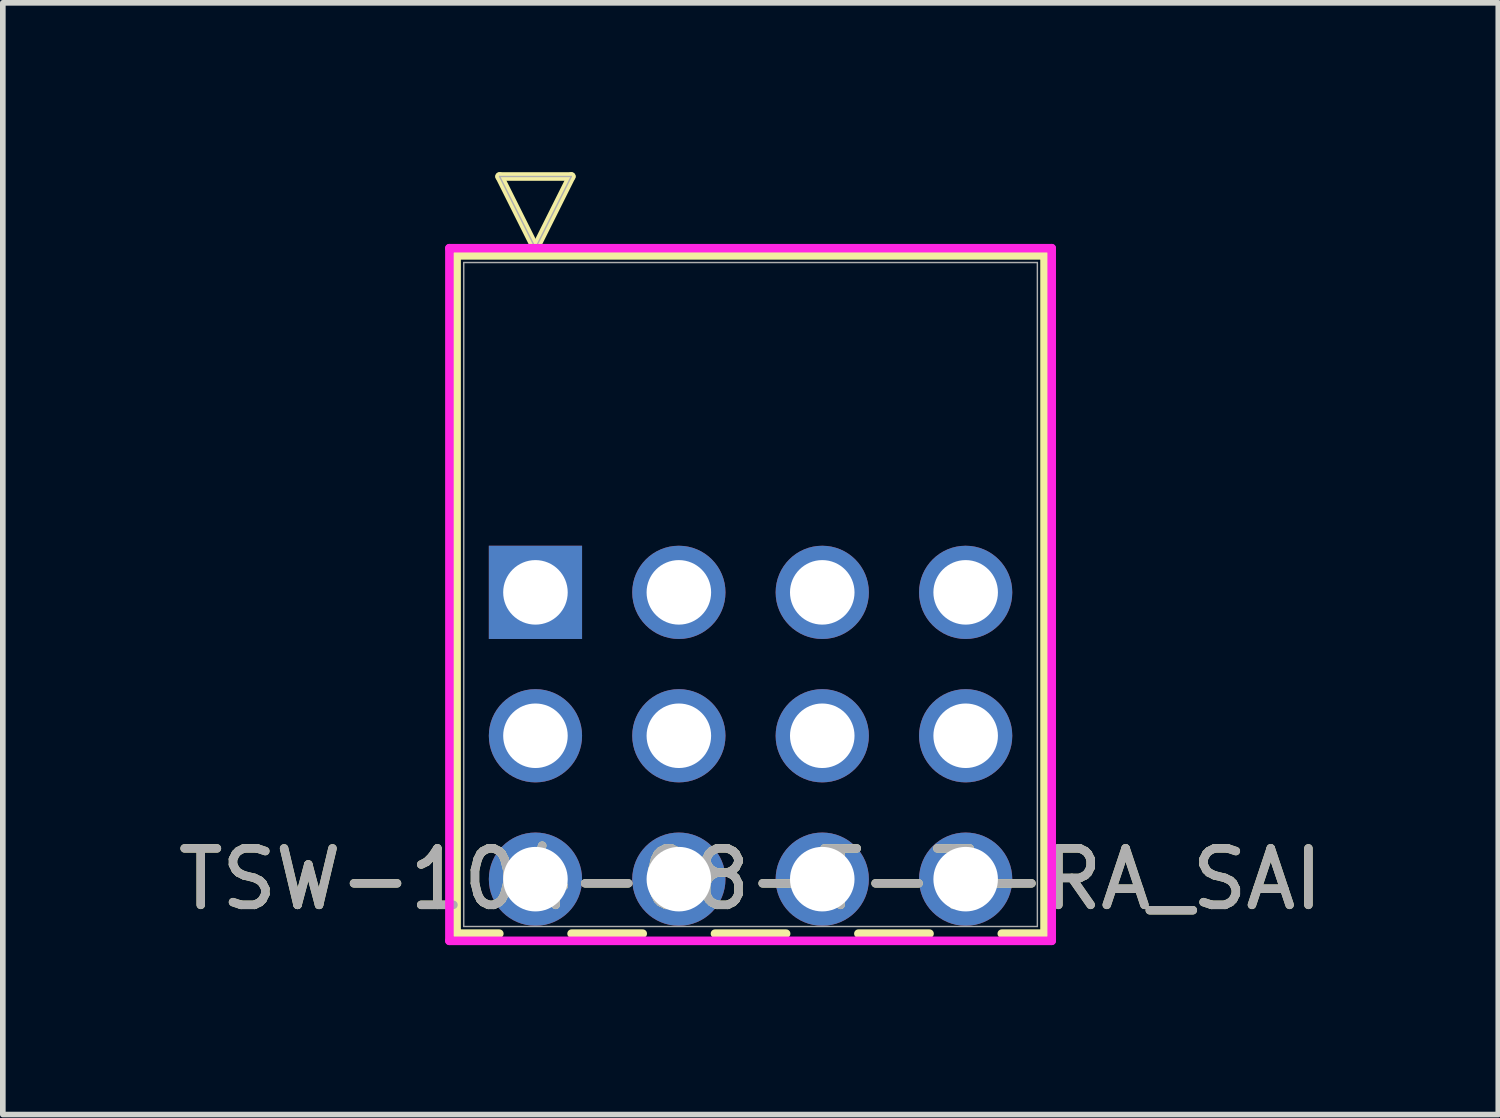
<source format=kicad_pcb>
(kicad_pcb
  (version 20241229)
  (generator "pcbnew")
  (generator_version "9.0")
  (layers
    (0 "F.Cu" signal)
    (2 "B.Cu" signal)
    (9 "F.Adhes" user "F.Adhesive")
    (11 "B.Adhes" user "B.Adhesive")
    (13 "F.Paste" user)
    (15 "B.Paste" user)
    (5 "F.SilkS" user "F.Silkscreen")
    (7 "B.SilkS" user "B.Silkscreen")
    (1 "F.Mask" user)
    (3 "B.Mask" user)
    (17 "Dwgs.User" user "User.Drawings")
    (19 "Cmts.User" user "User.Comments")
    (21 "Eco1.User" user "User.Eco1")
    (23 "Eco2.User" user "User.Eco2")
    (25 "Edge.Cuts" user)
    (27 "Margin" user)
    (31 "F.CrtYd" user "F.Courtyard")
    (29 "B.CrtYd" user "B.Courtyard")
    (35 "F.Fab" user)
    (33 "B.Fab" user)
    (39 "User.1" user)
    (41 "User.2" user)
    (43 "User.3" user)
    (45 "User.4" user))
  (footprint "TSW-104-08-T-T-RA_SAI"
    (layer "F.Cu")
    (at 6.434 7.442)
    (property "Reference" "TSW-104-08-T-T-RA_SAI" (at 3.81 5.08 0) (unlocked yes) (layer "F.SilkS") (effects (font (size 1 1) (thickness 0.15))))
    (attr through_hole)
    (fp_line (start -1.397 -5.969) (end -1.397 6.045) (stroke (width 0.152) (type solid)) (layer "F.SilkS"))
    (fp_line (start -1.397 6.045) (end -0.64 6.045) (stroke (width 0.152) (type solid)) (layer "F.SilkS"))
    (fp_line (start -0.635 -7.366) (end 0.635 -7.366) (stroke (width 0.152) (type solid)) (layer "F.SilkS"))
    (fp_line (start 0 -6.096) (end -0.635 -7.366) (stroke (width 0.152) (type solid)) (layer "F.SilkS"))
    (fp_line (start 0.635 -7.366) (end 0 -6.096) (stroke (width 0.152) (type solid)) (layer "F.SilkS"))
    (fp_line (start 0.64 6.045) (end 1.9 6.045) (stroke (width 0.152) (type solid)) (layer "F.SilkS"))
    (fp_line (start 3.18 6.045) (end 4.44 6.045) (stroke (width 0.152) (type solid)) (layer "F.SilkS"))
    (fp_line (start 5.72 6.045) (end 6.98 6.045) (stroke (width 0.152) (type solid)) (layer "F.SilkS"))
    (fp_line (start 8.26 6.045) (end 9.017 6.045) (stroke (width 0.152) (type solid)) (layer "F.SilkS"))
    (fp_line (start 9.017 -5.969) (end -1.397 -5.969) (stroke (width 0.152) (type solid)) (layer "F.SilkS"))
    (fp_line (start 9.017 6.045) (end 9.017 -5.969) (stroke (width 0.152) (type solid)) (layer "F.SilkS"))
    (fp_line (start -1.524 -6.096) (end -1.524 6.172) (stroke (width 0.152) (type solid)) (layer "F.CrtYd"))
    (fp_line (start -1.524 6.172) (end 9.144 6.172) (stroke (width 0.152) (type solid)) (layer "F.CrtYd"))
    (fp_line (start 9.144 -6.096) (end -1.524 -6.096) (stroke (width 0.152) (type solid)) (layer "F.CrtYd"))
    (fp_line (start 9.144 6.172) (end 9.144 -6.096) (stroke (width 0.152) (type solid)) (layer "F.CrtYd"))
    (fp_line (start -1.27 -5.842) (end -1.27 5.918) (stroke (width 0.025) (type solid)) (layer "F.Fab"))
    (fp_line (start -1.27 5.918) (end 8.89 5.918) (stroke (width 0.025) (type solid)) (layer "F.Fab"))
    (fp_line (start -0.635 -7.366) (end 0.635 -7.366) (stroke (width 0.025) (type solid)) (layer "F.Fab"))
    (fp_line (start 0 -6.096) (end -0.635 -7.366) (stroke (width 0.025) (type solid)) (layer "F.Fab"))
    (fp_line (start 0.635 -7.366) (end 0 -6.096) (stroke (width 0.025) (type solid)) (layer "F.Fab"))
    (fp_line (start 8.89 -5.842) (end -1.27 -5.842) (stroke (width 0.025) (type solid)) (layer "F.Fab"))
    (fp_line (start 8.89 5.918) (end 8.89 -5.842) (stroke (width 0.025) (type solid)) (layer "F.Fab"))
    (fp_text user "${REFERENCE}" (at 3.81 5.08 0) (unlocked yes) (layer "F.Fab") (effects (font (size 1 1) (thickness 0.15))))
    (pad "1" thru_hole rect (at 0 0) (size 1.651 1.651) (drill 1.143) (layers "*.Cu" "*.Mask"))
    (pad "2" thru_hole circle (at 0 2.54) (size 1.651 1.651) (drill 1.143) (layers "*.Cu" "*.Mask"))
    (pad "3" thru_hole circle (at 0 5.08) (size 1.651 1.651) (drill 1.143) (layers "*.Cu" "*.Mask"))
    (pad "4" thru_hole circle (at 2.54 0) (size 1.651 1.651) (drill 1.143) (layers "*.Cu" "*.Mask"))
    (pad "5" thru_hole circle (at 2.54 2.54) (size 1.651 1.651) (drill 1.143) (layers "*.Cu" "*.Mask"))
    (pad "6" thru_hole circle (at 2.54 5.08) (size 1.651 1.651) (drill 1.143) (layers "*.Cu" "*.Mask"))
    (pad "7" thru_hole circle (at 5.08 0) (size 1.651 1.651) (drill 1.143) (layers "*.Cu" "*.Mask"))
    (pad "8" thru_hole circle (at 5.08 2.54) (size 1.651 1.651) (drill 1.143) (layers "*.Cu" "*.Mask"))
    (pad "9" thru_hole circle (at 5.08 5.08) (size 1.651 1.651) (drill 1.143) (layers "*.Cu" "*.Mask"))
    (pad "10" thru_hole circle (at 7.62 0) (size 1.651 1.651) (drill 1.143) (layers "*.Cu" "*.Mask"))
    (pad "11" thru_hole circle (at 7.62 2.54) (size 1.651 1.651) (drill 1.143) (layers "*.Cu" "*.Mask"))
    (pad "12" thru_hole circle (at 7.62 5.08) (size 1.651 1.651) (drill 1.143) (layers "*.Cu" "*.Mask")))
  (gr_rect
    (start -3 -3)
    (end 23.488 16.691)
    (stroke (width 0.1) (type default))
    (fill no)
    (layer "Edge.Cuts")))
</source>
